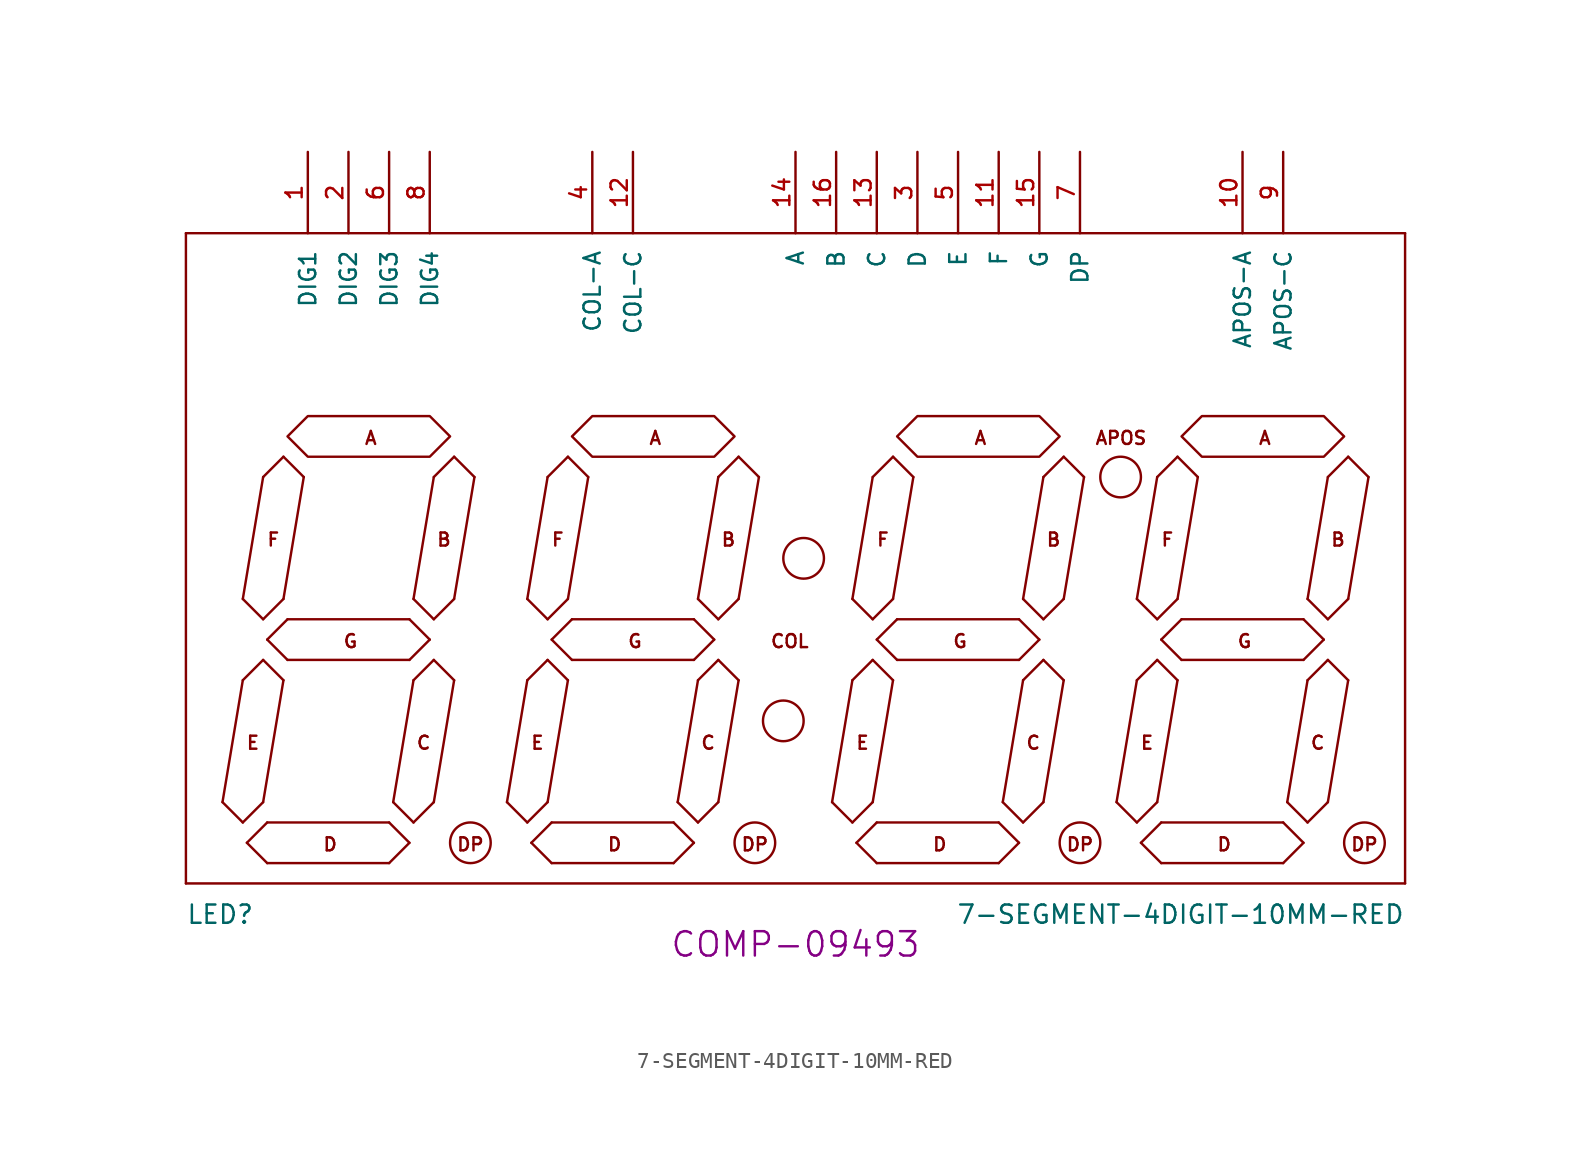
<source format=kicad_sym>
(kicad_symbol_lib
  (version 20220914)
  (generator kicad_symbol_editor)
  (symbol "7-SEGMENT-4DIGIT-10MM-RED"
    (pin_names
      (offset 1.016))
    (property "Reference" "LED"
      (at -38.1 -19.05 0)
      (effects (font (size 1.143 1.143)) (justify left top)))
    (property "Value" "7-SEGMENT-4DIGIT-10MM-RED"
      (at 38.1 -19.05 0)
      (effects (font (size 1.143 1.143)) (justify right top)))
    (property "Field4" "COMP-09493"
      (at 0 -21.59 0)
      (effects (font (size 1.524 1.524))))
    (property "ki_locked" ""
      (at 0 0 0)
      (effects (font (size 1.27 1.27))))
    (symbol "7-SEGMENT-4DIGIT-10MM-RED_1_0"
      (polyline (pts (xy -38.1 -17.78) (xy -38.1 22.86)) (stroke (width 0) (type solid)) (fill (type none)))
      (polyline (pts (xy -35.814 -12.7) (xy -34.544 -13.97)) (stroke (width 0) (type solid)) (fill (type none)))
      (polyline (pts (xy -34.544 -13.97) (xy -33.274 -12.7)) (stroke (width 0) (type solid)) (fill (type none)))
      (polyline (pts (xy -34.544 -5.08) (xy -35.814 -12.7)) (stroke (width 0) (type solid)) (fill (type none)))
      (polyline (pts (xy -34.544 0) (xy -33.274 -1.27)) (stroke (width 0) (type solid)) (fill (type none)))
      (polyline (pts (xy -34.29 -15.24) (xy -33.02 -16.51)) (stroke (width 0) (type solid)) (fill (type none)))
      (polyline (pts (xy -34.29 -15.24) (xy -33.02 -13.97)) (stroke (width 0) (type solid)) (fill (type none)))
      (polyline (pts (xy -33.274 -12.7) (xy -32.004 -5.08)) (stroke (width 0) (type solid)) (fill (type none)))
      (polyline (pts (xy -33.274 -3.81) (xy -34.544 -5.08)) (stroke (width 0) (type solid)) (fill (type none)))
      (polyline (pts (xy -33.274 -3.81) (xy -32.004 -5.08)) (stroke (width 0) (type solid)) (fill (type none)))
      (polyline (pts (xy -33.274 -1.27) (xy -32.004 0)) (stroke (width 0) (type solid)) (fill (type none)))
      (polyline (pts (xy -33.274 7.62) (xy -34.544 0)) (stroke (width 0) (type solid)) (fill (type none)))
      (polyline (pts (xy -33.02 -16.51) (xy -25.4 -16.51)) (stroke (width 0) (type solid)) (fill (type none)))
      (polyline (pts (xy -33.02 -2.54) (xy -31.75 -3.81)) (stroke (width 0) (type solid)) (fill (type none)))
      (polyline (pts (xy -33.02 -2.54) (xy -31.75 -1.27)) (stroke (width 0) (type solid)) (fill (type none)))
      (polyline (pts (xy -32.004 0) (xy -30.734 7.62)) (stroke (width 0) (type solid)) (fill (type none)))
      (polyline (pts (xy -32.004 8.89) (xy -33.274 7.62)) (stroke (width 0) (type solid)) (fill (type none)))
      (polyline (pts (xy -32.004 8.89) (xy -30.734 7.62)) (stroke (width 0) (type solid)) (fill (type none)))
      (polyline (pts (xy -31.75 -3.81) (xy -24.13 -3.81)) (stroke (width 0) (type solid)) (fill (type none)))
      (polyline (pts (xy -25.4 -16.51) (xy -24.13 -15.24)) (stroke (width 0) (type solid)) (fill (type none)))
      (polyline (pts (xy -25.4 -13.97) (xy -33.02 -13.97)) (stroke (width 0) (type solid)) (fill (type none)))
      (polyline (pts (xy -25.146 -12.7) (xy -23.876 -13.97)) (stroke (width 0) (type solid)) (fill (type none)))
      (polyline (pts (xy -24.13 -15.24) (xy -25.4 -13.97)) (stroke (width 0) (type solid)) (fill (type none)))
      (polyline (pts (xy -24.13 -3.81) (xy -22.86 -2.54)) (stroke (width 0) (type solid)) (fill (type none)))
      (polyline (pts (xy -24.13 -1.27) (xy -31.75 -1.27)) (stroke (width 0) (type solid)) (fill (type none)))
      (polyline (pts (xy -23.876 -13.97) (xy -22.606 -12.7)) (stroke (width 0) (type solid)) (fill (type none)))
      (polyline (pts (xy -23.876 -5.08) (xy -25.146 -12.7)) (stroke (width 0) (type solid)) (fill (type none)))
      (polyline (pts (xy -23.876 0) (xy -22.606 -1.27)) (stroke (width 0) (type solid)) (fill (type none)))
      (polyline (pts (xy -22.86 -2.54) (xy -24.13 -1.27)) (stroke (width 0) (type solid)) (fill (type none)))
      (polyline (pts (xy -22.606 -12.7) (xy -21.336 -5.08)) (stroke (width 0) (type solid)) (fill (type none)))
      (polyline (pts (xy -22.606 -3.81) (xy -23.876 -5.08)) (stroke (width 0) (type solid)) (fill (type none)))
      (polyline (pts (xy -22.606 -3.81) (xy -21.336 -5.08)) (stroke (width 0) (type solid)) (fill (type none)))
      (polyline (pts (xy -22.606 -1.27) (xy -21.336 0)) (stroke (width 0) (type solid)) (fill (type none)))
      (polyline (pts (xy -22.606 7.62) (xy -23.876 0)) (stroke (width 0) (type solid)) (fill (type none)))
      (polyline (pts (xy -21.336 0) (xy -20.066 7.62)) (stroke (width 0) (type solid)) (fill (type none)))
      (polyline (pts (xy -21.336 8.89) (xy -22.606 7.62)) (stroke (width 0) (type solid)) (fill (type none)))
      (polyline (pts (xy -21.336 8.89) (xy -20.066 7.62)) (stroke (width 0) (type solid)) (fill (type none)))
      (polyline (pts (xy -18.034 -12.7) (xy -16.764 -13.97)) (stroke (width 0) (type solid)) (fill (type none)))
      (polyline (pts (xy -16.764 -13.97) (xy -15.494 -12.7)) (stroke (width 0) (type solid)) (fill (type none)))
      (polyline (pts (xy -16.764 -5.08) (xy -18.034 -12.7)) (stroke (width 0) (type solid)) (fill (type none)))
      (polyline (pts (xy -16.764 0) (xy -15.494 -1.27)) (stroke (width 0) (type solid)) (fill (type none)))
      (polyline (pts (xy -16.51 -15.24) (xy -15.24 -16.51)) (stroke (width 0) (type solid)) (fill (type none)))
      (polyline (pts (xy -16.51 -15.24) (xy -15.24 -13.97)) (stroke (width 0) (type solid)) (fill (type none)))
      (polyline (pts (xy -15.494 -12.7) (xy -14.224 -5.08)) (stroke (width 0) (type solid)) (fill (type none)))
      (polyline (pts (xy -15.494 -3.81) (xy -16.764 -5.08)) (stroke (width 0) (type solid)) (fill (type none)))
      (polyline (pts (xy -15.494 -3.81) (xy -14.224 -5.08)) (stroke (width 0) (type solid)) (fill (type none)))
      (polyline (pts (xy -15.494 -1.27) (xy -14.224 0)) (stroke (width 0) (type solid)) (fill (type none)))
      (polyline (pts (xy -15.494 7.62) (xy -16.764 0)) (stroke (width 0) (type solid)) (fill (type none)))
      (polyline (pts (xy -15.24 -16.51) (xy -7.62 -16.51)) (stroke (width 0) (type solid)) (fill (type none)))
      (polyline (pts (xy -15.24 -2.54) (xy -13.97 -3.81)) (stroke (width 0) (type solid)) (fill (type none)))
      (polyline (pts (xy -15.24 -2.54) (xy -13.97 -1.27)) (stroke (width 0) (type solid)) (fill (type none)))
      (polyline (pts (xy -14.224 0) (xy -12.954 7.62)) (stroke (width 0) (type solid)) (fill (type none)))
      (polyline (pts (xy -14.224 8.89) (xy -15.494 7.62)) (stroke (width 0) (type solid)) (fill (type none)))
      (polyline (pts (xy -14.224 8.89) (xy -12.954 7.62)) (stroke (width 0) (type solid)) (fill (type none)))
      (polyline (pts (xy -13.97 -3.81) (xy -6.35 -3.81)) (stroke (width 0) (type solid)) (fill (type none)))
      (polyline (pts (xy -7.62 -16.51) (xy -6.35 -15.24)) (stroke (width 0) (type solid)) (fill (type none)))
      (polyline (pts (xy -7.62 -13.97) (xy -15.24 -13.97)) (stroke (width 0) (type solid)) (fill (type none)))
      (polyline (pts (xy -7.366 -12.7) (xy -6.096 -13.97)) (stroke (width 0) (type solid)) (fill (type none)))
      (polyline (pts (xy -6.35 -15.24) (xy -7.62 -13.97)) (stroke (width 0) (type solid)) (fill (type none)))
      (polyline (pts (xy -6.35 -3.81) (xy -5.08 -2.54)) (stroke (width 0) (type solid)) (fill (type none)))
      (polyline (pts (xy -6.35 -1.27) (xy -13.97 -1.27)) (stroke (width 0) (type solid)) (fill (type none)))
      (polyline (pts (xy -6.096 -13.97) (xy -4.826 -12.7)) (stroke (width 0) (type solid)) (fill (type none)))
      (polyline (pts (xy -6.096 -5.08) (xy -7.366 -12.7)) (stroke (width 0) (type solid)) (fill (type none)))
      (polyline (pts (xy -6.096 0) (xy -4.826 -1.27)) (stroke (width 0) (type solid)) (fill (type none)))
      (polyline (pts (xy -5.08 -2.54) (xy -6.35 -1.27)) (stroke (width 0) (type solid)) (fill (type none)))
      (polyline (pts (xy -4.826 -12.7) (xy -3.556 -5.08)) (stroke (width 0) (type solid)) (fill (type none)))
      (polyline (pts (xy -4.826 -3.81) (xy -6.096 -5.08)) (stroke (width 0) (type solid)) (fill (type none)))
      (polyline (pts (xy -4.826 -3.81) (xy -3.556 -5.08)) (stroke (width 0) (type solid)) (fill (type none)))
      (polyline (pts (xy -4.826 -1.27) (xy -3.556 0)) (stroke (width 0) (type solid)) (fill (type none)))
      (polyline (pts (xy -4.826 7.62) (xy -6.096 0)) (stroke (width 0) (type solid)) (fill (type none)))
      (polyline (pts (xy -3.556 0) (xy -2.286 7.62)) (stroke (width 0) (type solid)) (fill (type none)))
      (polyline (pts (xy -3.556 8.89) (xy -4.826 7.62)) (stroke (width 0) (type solid)) (fill (type none)))
      (polyline (pts (xy -3.556 8.89) (xy -2.286 7.62)) (stroke (width 0) (type solid)) (fill (type none)))
      (polyline (pts (xy 2.286 -12.7) (xy 3.556 -13.97)) (stroke (width 0) (type solid)) (fill (type none)))
      (polyline (pts (xy 3.556 -13.97) (xy 4.826 -12.7)) (stroke (width 0) (type solid)) (fill (type none)))
      (polyline (pts (xy 3.556 -5.08) (xy 2.286 -12.7)) (stroke (width 0) (type solid)) (fill (type none)))
      (polyline (pts (xy 3.556 0) (xy 4.826 -1.27)) (stroke (width 0) (type solid)) (fill (type none)))
      (polyline (pts (xy 3.81 -15.24) (xy 5.08 -16.51)) (stroke (width 0) (type solid)) (fill (type none)))
      (polyline (pts (xy 3.81 -15.24) (xy 5.08 -13.97)) (stroke (width 0) (type solid)) (fill (type none)))
      (polyline (pts (xy 4.826 -12.7) (xy 6.096 -5.08)) (stroke (width 0) (type solid)) (fill (type none)))
      (polyline (pts (xy 4.826 -3.81) (xy 3.556 -5.08)) (stroke (width 0) (type solid)) (fill (type none)))
      (polyline (pts (xy 4.826 -3.81) (xy 6.096 -5.08)) (stroke (width 0) (type solid)) (fill (type none)))
      (polyline (pts (xy 4.826 -1.27) (xy 6.096 0)) (stroke (width 0) (type solid)) (fill (type none)))
      (polyline (pts (xy 4.826 7.62) (xy 3.556 0)) (stroke (width 0) (type solid)) (fill (type none)))
      (polyline (pts (xy 5.08 -16.51) (xy 12.7 -16.51)) (stroke (width 0) (type solid)) (fill (type none)))
      (polyline (pts (xy 5.08 -2.54) (xy 6.35 -3.81)) (stroke (width 0) (type solid)) (fill (type none)))
      (polyline (pts (xy 5.08 -2.54) (xy 6.35 -1.27)) (stroke (width 0) (type solid)) (fill (type none)))
      (polyline (pts (xy 6.096 0) (xy 7.366 7.62)) (stroke (width 0) (type solid)) (fill (type none)))
      (polyline (pts (xy 6.096 8.89) (xy 4.826 7.62)) (stroke (width 0) (type solid)) (fill (type none)))
      (polyline (pts (xy 6.096 8.89) (xy 7.366 7.62)) (stroke (width 0) (type solid)) (fill (type none)))
      (polyline (pts (xy 6.35 -3.81) (xy 13.97 -3.81)) (stroke (width 0) (type solid)) (fill (type none)))
      (polyline (pts (xy 12.7 -16.51) (xy 13.97 -15.24)) (stroke (width 0) (type solid)) (fill (type none)))
      (polyline (pts (xy 12.7 -13.97) (xy 5.08 -13.97)) (stroke (width 0) (type solid)) (fill (type none)))
      (polyline (pts (xy 12.954 -12.7) (xy 14.224 -13.97)) (stroke (width 0) (type solid)) (fill (type none)))
      (polyline (pts (xy 13.97 -15.24) (xy 12.7 -13.97)) (stroke (width 0) (type solid)) (fill (type none)))
      (polyline (pts (xy 13.97 -3.81) (xy 15.24 -2.54)) (stroke (width 0) (type solid)) (fill (type none)))
      (polyline (pts (xy 13.97 -1.27) (xy 6.35 -1.27)) (stroke (width 0) (type solid)) (fill (type none)))
      (polyline (pts (xy 14.224 -13.97) (xy 15.494 -12.7)) (stroke (width 0) (type solid)) (fill (type none)))
      (polyline (pts (xy 14.224 -5.08) (xy 12.954 -12.7)) (stroke (width 0) (type solid)) (fill (type none)))
      (polyline (pts (xy 14.224 0) (xy 15.494 -1.27)) (stroke (width 0) (type solid)) (fill (type none)))
      (polyline (pts (xy 15.24 -2.54) (xy 13.97 -1.27)) (stroke (width 0) (type solid)) (fill (type none)))
      (polyline (pts (xy 15.494 -12.7) (xy 16.764 -5.08)) (stroke (width 0) (type solid)) (fill (type none)))
      (polyline (pts (xy 15.494 -3.81) (xy 14.224 -5.08)) (stroke (width 0) (type solid)) (fill (type none)))
      (polyline (pts (xy 15.494 -3.81) (xy 16.764 -5.08)) (stroke (width 0) (type solid)) (fill (type none)))
      (polyline (pts (xy 15.494 -1.27) (xy 16.764 0)) (stroke (width 0) (type solid)) (fill (type none)))
      (polyline (pts (xy 15.494 7.62) (xy 14.224 0)) (stroke (width 0) (type solid)) (fill (type none)))
      (polyline (pts (xy 16.764 0) (xy 18.034 7.62)) (stroke (width 0) (type solid)) (fill (type none)))
      (polyline (pts (xy 16.764 8.89) (xy 15.494 7.62)) (stroke (width 0) (type solid)) (fill (type none)))
      (polyline (pts (xy 16.764 8.89) (xy 18.034 7.62)) (stroke (width 0) (type solid)) (fill (type none)))
      (polyline (pts (xy 20.066 -12.7) (xy 21.336 -13.97)) (stroke (width 0) (type solid)) (fill (type none)))
      (polyline (pts (xy 21.336 -13.97) (xy 22.606 -12.7)) (stroke (width 0) (type solid)) (fill (type none)))
      (polyline (pts (xy 21.336 -5.08) (xy 20.066 -12.7)) (stroke (width 0) (type solid)) (fill (type none)))
      (polyline (pts (xy 21.336 0) (xy 22.606 -1.27)) (stroke (width 0) (type solid)) (fill (type none)))
      (polyline (pts (xy 21.59 -15.24) (xy 22.86 -16.51)) (stroke (width 0) (type solid)) (fill (type none)))
      (polyline (pts (xy 21.59 -15.24) (xy 22.86 -13.97)) (stroke (width 0) (type solid)) (fill (type none)))
      (polyline (pts (xy 22.606 -12.7) (xy 23.876 -5.08)) (stroke (width 0) (type solid)) (fill (type none)))
      (polyline (pts (xy 22.606 -3.81) (xy 21.336 -5.08)) (stroke (width 0) (type solid)) (fill (type none)))
      (polyline (pts (xy 22.606 -3.81) (xy 23.876 -5.08)) (stroke (width 0) (type solid)) (fill (type none)))
      (polyline (pts (xy 22.606 -1.27) (xy 23.876 0)) (stroke (width 0) (type solid)) (fill (type none)))
      (polyline (pts (xy 22.606 7.62) (xy 21.336 0)) (stroke (width 0) (type solid)) (fill (type none)))
      (polyline (pts (xy 22.86 -16.51) (xy 30.48 -16.51)) (stroke (width 0) (type solid)) (fill (type none)))
      (polyline (pts (xy 22.86 -2.54) (xy 24.13 -3.81)) (stroke (width 0) (type solid)) (fill (type none)))
      (polyline (pts (xy 22.86 -2.54) (xy 24.13 -1.27)) (stroke (width 0) (type solid)) (fill (type none)))
      (polyline (pts (xy 23.876 0) (xy 25.146 7.62)) (stroke (width 0) (type solid)) (fill (type none)))
      (polyline (pts (xy 23.876 8.89) (xy 22.606 7.62)) (stroke (width 0) (type solid)) (fill (type none)))
      (polyline (pts (xy 23.876 8.89) (xy 25.146 7.62)) (stroke (width 0) (type solid)) (fill (type none)))
      (polyline (pts (xy 24.13 -3.81) (xy 31.75 -3.81)) (stroke (width 0) (type solid)) (fill (type none)))
      (polyline (pts (xy 30.48 -16.51) (xy 31.75 -15.24)) (stroke (width 0) (type solid)) (fill (type none)))
      (polyline (pts (xy 30.48 -13.97) (xy 22.86 -13.97)) (stroke (width 0) (type solid)) (fill (type none)))
      (polyline (pts (xy 30.734 -12.7) (xy 32.004 -13.97)) (stroke (width 0) (type solid)) (fill (type none)))
      (polyline (pts (xy 31.75 -15.24) (xy 30.48 -13.97)) (stroke (width 0) (type solid)) (fill (type none)))
      (polyline (pts (xy 31.75 -3.81) (xy 33.02 -2.54)) (stroke (width 0) (type solid)) (fill (type none)))
      (polyline (pts (xy 31.75 -1.27) (xy 24.13 -1.27)) (stroke (width 0) (type solid)) (fill (type none)))
      (polyline (pts (xy 32.004 -13.97) (xy 33.274 -12.7)) (stroke (width 0) (type solid)) (fill (type none)))
      (polyline (pts (xy 32.004 -5.08) (xy 30.734 -12.7)) (stroke (width 0) (type solid)) (fill (type none)))
      (polyline (pts (xy 32.004 0) (xy 33.274 -1.27)) (stroke (width 0) (type solid)) (fill (type none)))
      (polyline (pts (xy 33.02 -2.54) (xy 31.75 -1.27)) (stroke (width 0) (type solid)) (fill (type none)))
      (polyline (pts (xy 33.274 -12.7) (xy 34.544 -5.08)) (stroke (width 0) (type solid)) (fill (type none)))
      (polyline (pts (xy 33.274 -3.81) (xy 32.004 -5.08)) (stroke (width 0) (type solid)) (fill (type none)))
      (polyline (pts (xy 33.274 -3.81) (xy 34.544 -5.08)) (stroke (width 0) (type solid)) (fill (type none)))
      (polyline (pts (xy 33.274 -1.27) (xy 34.544 0)) (stroke (width 0) (type solid)) (fill (type none)))
      (polyline (pts (xy 33.274 7.62) (xy 32.004 0)) (stroke (width 0) (type solid)) (fill (type none)))
      (polyline (pts (xy 34.544 0) (xy 35.814 7.62)) (stroke (width 0) (type solid)) (fill (type none)))
      (polyline (pts (xy 34.544 8.89) (xy 33.274 7.62)) (stroke (width 0) (type solid)) (fill (type none)))
      (polyline (pts (xy 34.544 8.89) (xy 35.814 7.62)) (stroke (width 0) (type solid)) (fill (type none)))
      (polyline (pts (xy 38.1 -17.78) (xy -38.1 -17.78)) (stroke (width 0) (type solid)) (fill (type none)))
      (polyline (pts (xy 38.1 22.86) (xy -38.1 22.86)) (stroke (width 0) (type solid)) (fill (type none)))
      (polyline (pts (xy 38.1 22.86) (xy 38.1 -17.78)) (stroke (width 0) (type solid)) (fill (type none)))
      (text "A" (at -26.543 10.058 0) (effects (font (size 0.813 0.813))))
      (text "A" (at -8.763 10.058 0) (effects (font (size 0.813 0.813))))
      (text "A" (at 11.557 10.058 0) (effects (font (size 0.813 0.813))))
      (text "A" (at 29.337 10.058 0) (effects (font (size 0.813 0.813))))
      (text "APOS" (at 20.345 10.058 0) (effects (font (size 0.813 0.813))))
      (text "B" (at -21.971 3.708 0) (effects (font (size 0.813 0.813))))
      (text "B" (at -4.191 3.708 0) (effects (font (size 0.813 0.813))))
      (text "B" (at 16.129 3.708 0) (effects (font (size 0.813 0.813))))
      (text "B" (at 33.909 3.708 0) (effects (font (size 0.813 0.813))))
      (text "C" (at -23.241 -8.992 0) (effects (font (size 0.813 0.813))))
      (text "C" (at -5.461 -8.992 0) (effects (font (size 0.813 0.813))))
      (text "C" (at 14.859 -8.992 0) (effects (font (size 0.813 0.813))))
      (text "C" (at 32.639 -8.992 0) (effects (font (size 0.813 0.813))))
      (text "COL" (at -0.356 -2.642 0) (effects (font (size 0.813 0.813))))
      (text "D" (at -29.083 -15.342 0) (effects (font (size 0.813 0.813))))
      (text "D" (at -11.303 -15.342 0) (effects (font (size 0.813 0.813))))
      (text "D" (at 9.017 -15.342 0) (effects (font (size 0.813 0.813))))
      (text "D" (at 26.797 -15.342 0) (effects (font (size 0.813 0.813))))
      (text "DP" (at -20.32 -15.342 0) (effects (font (size 0.813 0.813))))
      (text "DP" (at -2.54 -15.342 0) (effects (font (size 0.813 0.813))))
      (text "DP" (at 17.78 -15.342 0) (effects (font (size 0.813 0.813))))
      (text "DP" (at 35.56 -15.342 0) (effects (font (size 0.813 0.813))))
      (text "E" (at -33.909 -8.992 0) (effects (font (size 0.813 0.813))))
      (text "E" (at -16.129 -8.992 0) (effects (font (size 0.813 0.813))))
      (text "E" (at 4.191 -8.992 0) (effects (font (size 0.813 0.813))))
      (text "E" (at 21.971 -8.992 0) (effects (font (size 0.813 0.813))))
      (text "F" (at -32.639 3.708 0) (effects (font (size 0.813 0.813))))
      (text "F" (at -14.859 3.708 0) (effects (font (size 0.813 0.813))))
      (text "F" (at 5.461 3.708 0) (effects (font (size 0.813 0.813))))
      (text "F" (at 23.241 3.708 0) (effects (font (size 0.813 0.813))))
      (text "G" (at -27.813 -2.642 0) (effects (font (size 0.813 0.813))))
      (text "G" (at -10.033 -2.642 0) (effects (font (size 0.813 0.813))))
      (text "G" (at 10.287 -2.642 0) (effects (font (size 0.813 0.813))))
      (text "G" (at 28.067 -2.642 0) (effects (font (size 0.813 0.813)))))
    (symbol "7-SEGMENT-4DIGIT-10MM-RED_1_1"
      (circle (center -20.32 -15.24) (radius 1.27) (stroke (width 0) (type solid)) (fill (type none)))
      (circle (center -2.54 -15.24) (radius 1.27) (stroke (width 0) (type solid)) (fill (type none)))
      (circle (center -0.762 -7.62) (radius 1.27) (stroke (width 0) (type solid)) (fill (type none)))
      (polyline (pts (xy -22.86 11.43) (xy -21.59 10.16) (xy -22.86 8.89) (xy -30.48 8.89) (xy -31.75 10.16) (xy -30.48 11.43) (xy -22.86 11.43)) (stroke (width 0) (type solid)) (fill (type none)))
      (polyline (pts (xy -5.08 11.43) (xy -3.81 10.16) (xy -5.08 8.89) (xy -12.7 8.89) (xy -13.97 10.16) (xy -12.7 11.43) (xy -5.08 11.43)) (stroke (width 0) (type solid)) (fill (type none)))
      (polyline (pts (xy 15.24 11.43) (xy 16.51 10.16) (xy 15.24 8.89) (xy 7.62 8.89) (xy 6.35 10.16) (xy 7.62 11.43) (xy 15.24 11.43)) (stroke (width 0) (type solid)) (fill (type none)))
      (polyline (pts (xy 33.02 11.43) (xy 34.29 10.16) (xy 33.02 8.89) (xy 25.4 8.89) (xy 24.13 10.16) (xy 25.4 11.43) (xy 33.02 11.43)) (stroke (width 0) (type solid)) (fill (type none)))
      (circle (center 0.508 2.54) (radius 1.27) (stroke (width 0) (type solid)) (fill (type none)))
      (circle (center 17.78 -15.24) (radius 1.27) (stroke (width 0) (type solid)) (fill (type none)))
      (circle (center 20.32 7.62) (radius 1.27) (stroke (width 0) (type solid)) (fill (type none)))
      (circle (center 35.56 -15.24) (radius 1.27) (stroke (width 0) (type solid)) (fill (type none)))
      (pin bidirectional line (at -30.48 27.94 270) (length 5.08) (name "DIG1" (effects (font (size 1.016 1.016)))) (number "1" (effects (font (size 1.016 1.016)))))
      (pin bidirectional line (at 27.94 27.94 270) (length 5.08) (name "APOS-A" (effects (font (size 1.016 1.016)))) (number "10" (effects (font (size 1.016 1.016)))))
      (pin bidirectional line (at 12.7 27.94 270) (length 5.08) (name "F" (effects (font (size 1.016 1.016)))) (number "11" (effects (font (size 1.016 1.016)))))
      (pin bidirectional line (at -10.16 27.94 270) (length 5.08) (name "COL-C" (effects (font (size 1.016 1.016)))) (number "12" (effects (font (size 1.016 1.016)))))
      (pin bidirectional line (at 5.08 27.94 270) (length 5.08) (name "C" (effects (font (size 1.016 1.016)))) (number "13" (effects (font (size 1.016 1.016)))))
      (pin bidirectional line (at 0 27.94 270) (length 5.08) (name "A" (effects (font (size 1.016 1.016)))) (number "14" (effects (font (size 1.016 1.016)))))
      (pin bidirectional line (at 15.24 27.94 270) (length 5.08) (name "G" (effects (font (size 1.016 1.016)))) (number "15" (effects (font (size 1.016 1.016)))))
      (pin bidirectional line (at 2.54 27.94 270) (length 5.08) (name "B" (effects (font (size 1.016 1.016)))) (number "16" (effects (font (size 1.016 1.016)))))
      (pin bidirectional line (at -27.94 27.94 270) (length 5.08) (name "DIG2" (effects (font (size 1.016 1.016)))) (number "2" (effects (font (size 1.016 1.016)))))
      (pin bidirectional line (at 7.62 27.94 270) (length 5.08) (name "D" (effects (font (size 1.016 1.016)))) (number "3" (effects (font (size 1.016 1.016)))))
      (pin bidirectional line (at -12.7 27.94 270) (length 5.08) (name "COL-A" (effects (font (size 1.016 1.016)))) (number "4" (effects (font (size 1.016 1.016)))))
      (pin bidirectional line (at 10.16 27.94 270) (length 5.08) (name "E" (effects (font (size 1.016 1.016)))) (number "5" (effects (font (size 1.016 1.016)))))
      (pin bidirectional line (at -25.4 27.94 270) (length 5.08) (name "DIG3" (effects (font (size 1.016 1.016)))) (number "6" (effects (font (size 1.016 1.016)))))
      (pin bidirectional line (at 17.78 27.94 270) (length 5.08) (name "DP" (effects (font (size 1.016 1.016)))) (number "7" (effects (font (size 1.016 1.016)))))
      (pin bidirectional line (at -22.86 27.94 270) (length 5.08) (name "DIG4" (effects (font (size 1.016 1.016)))) (number "8" (effects (font (size 1.016 1.016)))))
      (pin bidirectional line (at 30.48 27.94 270) (length 5.08) (name "APOS-C" (effects (font (size 1.016 1.016)))) (number "9" (effects (font (size 1.016 1.016))))))))
</source>
